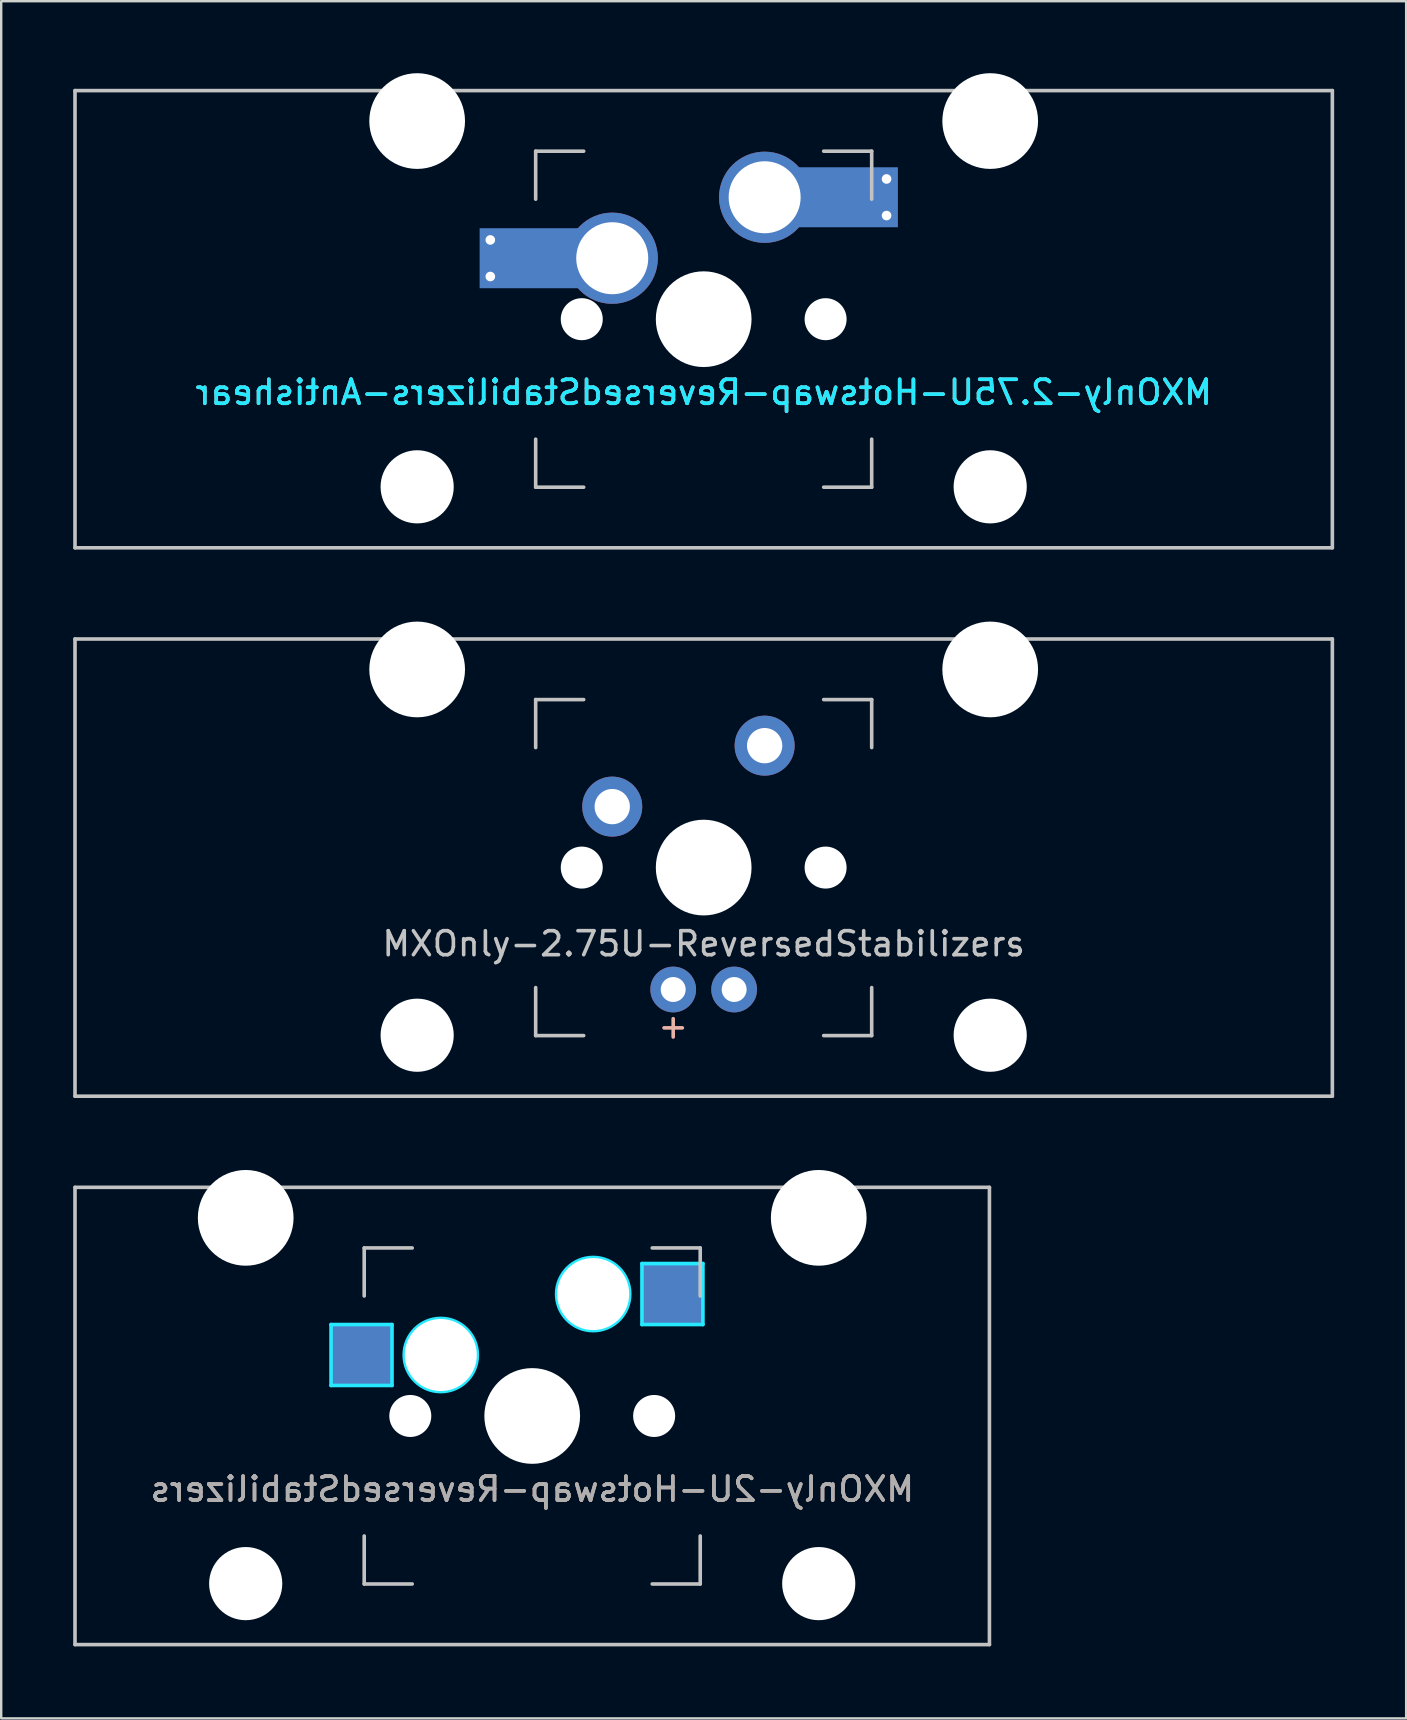
<source format=kicad_pcb>
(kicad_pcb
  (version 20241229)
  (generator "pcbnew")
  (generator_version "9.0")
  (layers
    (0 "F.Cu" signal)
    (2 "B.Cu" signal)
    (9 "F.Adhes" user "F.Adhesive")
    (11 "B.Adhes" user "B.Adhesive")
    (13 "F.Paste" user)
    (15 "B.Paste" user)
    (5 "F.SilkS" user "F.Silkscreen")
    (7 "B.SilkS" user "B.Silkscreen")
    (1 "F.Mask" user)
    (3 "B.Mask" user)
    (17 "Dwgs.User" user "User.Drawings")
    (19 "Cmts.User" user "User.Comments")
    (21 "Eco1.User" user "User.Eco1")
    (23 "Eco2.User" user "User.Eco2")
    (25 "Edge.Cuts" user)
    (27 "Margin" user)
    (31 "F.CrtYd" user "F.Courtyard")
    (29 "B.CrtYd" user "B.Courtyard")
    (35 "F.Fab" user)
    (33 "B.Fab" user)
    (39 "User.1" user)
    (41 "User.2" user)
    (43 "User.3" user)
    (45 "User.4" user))
  (footprint "MXOnly-2.75U-Hotswap-ReversedStabilizers-Antishear"
    (layer "F.Cu")
    (at 26.269 10.249)
    (property "Reference" "MXOnly-2.75U-Hotswap-ReversedStabilizers-Antishear" (at 0 3.048 0) (layer "B.CrtYd") (effects (font (size 1 1) (thickness 0.15)) (justify mirror)))
    (attr smd)
    (fp_line (start -26.194 -9.525) (end 26.194 -9.525) (stroke (width 0.15) (type solid)) (layer "Dwgs.User"))
    (fp_line (start -26.194 9.525) (end -26.194 -9.525) (stroke (width 0.15) (type solid)) (layer "Dwgs.User"))
    (fp_line (start -7 -7) (end -7 -5) (stroke (width 0.15) (type solid)) (layer "Dwgs.User"))
    (fp_line (start -7 5) (end -7 7) (stroke (width 0.15) (type solid)) (layer "Dwgs.User"))
    (fp_line (start -7 7) (end -5 7) (stroke (width 0.15) (type solid)) (layer "Dwgs.User"))
    (fp_line (start -5 -7) (end -7 -7) (stroke (width 0.15) (type solid)) (layer "Dwgs.User"))
    (fp_line (start 5 -7) (end 7 -7) (stroke (width 0.15) (type solid)) (layer "Dwgs.User"))
    (fp_line (start 5 7) (end 7 7) (stroke (width 0.15) (type solid)) (layer "Dwgs.User"))
    (fp_line (start 7 -7) (end 7 -5) (stroke (width 0.15) (type solid)) (layer "Dwgs.User"))
    (fp_line (start 7 7) (end 7 5) (stroke (width 0.15) (type solid)) (layer "Dwgs.User"))
    (fp_line (start 26.194 -9.525) (end 26.194 9.525) (stroke (width 0.15) (type solid)) (layer "Dwgs.User"))
    (fp_line (start 26.194 9.525) (end -26.194 9.525) (stroke (width 0.15) (type solid)) (layer "Dwgs.User"))
    (fp_text user "${REFERENCE}" (at 0 3.048 0) (layer "B.SilkS") (effects (font (size 1 1) (thickness 0.15)) (justify mirror)))
    (pad "" np_thru_hole circle (at -11.938 -8.255) (size 3.988 3.988) (drill 3.988) (layers "*.Cu" "*.Mask"))
    (pad "" np_thru_hole circle (at -11.938 6.985) (size 3.048 3.048) (drill 3.048) (layers "*.Cu" "*.Mask"))
    (pad "" smd rect (at -7.085 -2.54) (size 2.55 2.5) (layers "B.Mask" "B.Paste"))
    (pad "" np_thru_hole circle (at -5.08 0 48.1) (size 1.75 1.75) (drill 1.75) (layers "*.Cu" "*.Mask"))
    (pad "" np_thru_hole circle (at 0 0) (size 3.988 3.988) (drill 3.988) (layers "*.Cu" "*.Mask"))
    (pad "" np_thru_hole circle (at 5.08 0 48.1) (size 1.75 1.75) (drill 1.75) (layers "*.Cu" "*.Mask"))
    (pad "" smd rect (at 5.815 -5.08) (size 2.55 2.5) (layers "B.Mask" "B.Paste"))
    (pad "" np_thru_hole circle (at 11.938 -8.255) (size 3.988 3.988) (drill 3.988) (layers "*.Cu" "*.Mask"))
    (pad "" np_thru_hole circle (at 11.938 6.985) (size 3.048 3.048) (drill 3.048) (layers "*.Cu" "*.Mask"))
    (pad "1" thru_hole circle (at -8.89 -3.302) (size 0.8 0.8) (drill 0.4) (layers "*.Cu"))
    (pad "1" thru_hole circle (at -8.89 -1.778) (size 0.8 0.8) (drill 0.4) (layers "*.Cu"))
    (pad "1" smd rect (at -7.085 -2.54) (size 4.5 2.5) (layers "B.Cu"))
    (pad "1" thru_hole circle (at -3.81 -2.54) (size 3.8 3.8) (drill 3) (layers "*.Cu"))
    (pad "2" thru_hole circle (at 2.54 -5.08) (size 3.8 3.8) (drill 3) (layers "*.Cu"))
    (pad "2" smd rect (at 5.842 -5.08) (size 4.5 2.5) (layers "B.Cu"))
    (pad "2" thru_hole circle (at 7.62 -5.842) (size 0.8 0.8) (drill 0.4) (layers "*.Cu"))
    (pad "2" thru_hole circle (at 7.62 -4.318) (size 0.8 0.8) (drill 0.4) (layers "*.Cu")))
  (footprint "MXOnly-2U-Hotswap-ReversedStabilizers"
    (layer "F.Cu")
    (at 19.125 55.947)
    (property "Reference" "MXOnly-2U-Hotswap-ReversedStabilizers" (at 0 3.048 0) (layer "F.Fab") (effects (font (size 1 1) (thickness 0.15)) (justify mirror)))
    (attr smd)
    (fp_line (start -19.05 -9.525) (end 19.05 -9.525) (stroke (width 0.15) (type solid)) (layer "Dwgs.User"))
    (fp_line (start -19.05 9.525) (end -19.05 -9.525) (stroke (width 0.15) (type solid)) (layer "Dwgs.User"))
    (fp_line (start -7 -7) (end -7 -5) (stroke (width 0.15) (type solid)) (layer "Dwgs.User"))
    (fp_line (start -7 5) (end -7 7) (stroke (width 0.15) (type solid)) (layer "Dwgs.User"))
    (fp_line (start -7 7) (end -5 7) (stroke (width 0.15) (type solid)) (layer "Dwgs.User"))
    (fp_line (start -5 -7) (end -7 -7) (stroke (width 0.15) (type solid)) (layer "Dwgs.User"))
    (fp_line (start 5 -7) (end 7 -7) (stroke (width 0.15) (type solid)) (layer "Dwgs.User"))
    (fp_line (start 5 7) (end 7 7) (stroke (width 0.15) (type solid)) (layer "Dwgs.User"))
    (fp_line (start 7 -7) (end 7 -5) (stroke (width 0.15) (type solid)) (layer "Dwgs.User"))
    (fp_line (start 7 7) (end 7 5) (stroke (width 0.15) (type solid)) (layer "Dwgs.User"))
    (fp_line (start 19.05 -9.525) (end 19.05 9.525) (stroke (width 0.15) (type solid)) (layer "Dwgs.User"))
    (fp_line (start 19.05 9.525) (end -19.05 9.525) (stroke (width 0.15) (type solid)) (layer "Dwgs.User"))
    (fp_line (start -8.382 -3.81) (end -5.842 -3.81) (stroke (width 0.15) (type solid)) (layer "B.CrtYd"))
    (fp_line (start -8.382 -1.27) (end -8.382 -3.81) (stroke (width 0.15) (type solid)) (layer "B.CrtYd"))
    (fp_line (start -5.842 -3.81) (end -5.842 -1.27) (stroke (width 0.15) (type solid)) (layer "B.CrtYd"))
    (fp_line (start -5.842 -1.27) (end -8.382 -1.27) (stroke (width 0.15) (type solid)) (layer "B.CrtYd"))
    (fp_line (start 4.572 -6.35) (end 7.112 -6.35) (stroke (width 0.15) (type solid)) (layer "B.CrtYd"))
    (fp_line (start 4.572 -3.81) (end 4.572 -6.35) (stroke (width 0.15) (type solid)) (layer "B.CrtYd"))
    (fp_line (start 7.112 -6.35) (end 7.112 -3.81) (stroke (width 0.15) (type solid)) (layer "B.CrtYd"))
    (fp_line (start 7.112 -3.81) (end 4.572 -3.81) (stroke (width 0.15) (type solid)) (layer "B.CrtYd"))
    (fp_circle (center -3.81 -2.54) (end -3.81 -4.064) (stroke (width 0.15) (type solid)) (fill no) (layer "B.CrtYd"))
    (fp_circle (center 2.54 -5.08) (end 2.54 -6.604) (stroke (width 0.15) (type solid)) (fill no) (layer "B.CrtYd"))
    (fp_text user "${REFERENCE}" (at 0 3.048 0) (layer "B.SilkS") (effects (font (size 1 1) (thickness 0.15)) (justify mirror)))
    (pad "" np_thru_hole circle (at -11.938 -8.255) (size 3.988 3.988) (drill 3.988) (layers "*.Cu" "*.Mask"))
    (pad "" np_thru_hole circle (at -11.938 6.985) (size 3.048 3.048) (drill 3.048) (layers "*.Cu" "*.Mask"))
    (pad "" np_thru_hole circle (at -5.08 0 48.1) (size 1.75 1.75) (drill 1.75) (layers "*.Cu" "*.Mask"))
    (pad "" np_thru_hole circle (at -3.81 -2.54) (size 3 3) (drill 3) (layers "*.Cu" "*.Mask"))
    (pad "" np_thru_hole circle (at 0 0) (size 3.988 3.988) (drill 3.988) (layers "*.Cu" "*.Mask"))
    (pad "" np_thru_hole circle (at 2.54 -5.08) (size 3 3) (drill 3) (layers "*.Cu" "*.Mask"))
    (pad "" np_thru_hole circle (at 5.08 0 48.1) (size 1.75 1.75) (drill 1.75) (layers "*.Cu" "*.Mask"))
    (pad "" np_thru_hole circle (at 11.938 -8.255) (size 3.988 3.988) (drill 3.988) (layers "*.Cu" "*.Mask"))
    (pad "" np_thru_hole circle (at 11.938 6.985) (size 3.048 3.048) (drill 3.048) (layers "*.Cu" "*.Mask"))
    (pad "1" smd rect (at -7.085 -2.54) (size 2.55 2.5) (layers "B.Cu" "B.Mask" "B.Paste"))
    (pad "2" smd rect (at 5.842 -5.08) (size 2.55 2.5) (layers "B.Cu" "B.Mask" "B.Paste")))
  (footprint "MXOnly-2.75U-ReversedStabilizers"
    (layer "F.Cu")
    (at 26.269 33.098)
    (property "Reference" "MXOnly-2.75U-ReversedStabilizers" (at 0 3.175 0) (layer "Dwgs.User") (effects (font (size 1 1) (thickness 0.15))))
    (attr through_hole)
    (fp_line (start -26.194 -9.525) (end 26.194 -9.525) (stroke (width 0.15) (type solid)) (layer "Dwgs.User"))
    (fp_line (start -26.194 9.525) (end -26.194 -9.525) (stroke (width 0.15) (type solid)) (layer "Dwgs.User"))
    (fp_line (start -26.194 9.525) (end 26.194 9.525) (stroke (width 0.15) (type solid)) (layer "Dwgs.User"))
    (fp_line (start -7 -7) (end -7 -5) (stroke (width 0.15) (type solid)) (layer "Dwgs.User"))
    (fp_line (start -7 5) (end -7 7) (stroke (width 0.15) (type solid)) (layer "Dwgs.User"))
    (fp_line (start -7 7) (end -5 7) (stroke (width 0.15) (type solid)) (layer "Dwgs.User"))
    (fp_line (start -5 -7) (end -7 -7) (stroke (width 0.15) (type solid)) (layer "Dwgs.User"))
    (fp_line (start 5 -7) (end 7 -7) (stroke (width 0.15) (type solid)) (layer "Dwgs.User"))
    (fp_line (start 5 7) (end 7 7) (stroke (width 0.15) (type solid)) (layer "Dwgs.User"))
    (fp_line (start 7 -7) (end 7 -5) (stroke (width 0.15) (type solid)) (layer "Dwgs.User"))
    (fp_line (start 7 7) (end 7 5) (stroke (width 0.15) (type solid)) (layer "Dwgs.User"))
    (fp_line (start 26.194 -9.525) (end 26.194 9.525) (stroke (width 0.15) (type solid)) (layer "Dwgs.User"))
    (fp_text user "+" (at -1.27 6.604 0) (layer "B.SilkS") (effects (font (size 1 1) (thickness 0.15))))
    (pad "" np_thru_hole circle (at -11.938 -8.255) (size 3.988 3.988) (drill 3.988) (layers "*.Cu" "*.Mask"))
    (pad "" np_thru_hole circle (at -11.938 6.985) (size 3.048 3.048) (drill 3.048) (layers "*.Cu" "*.Mask"))
    (pad "" np_thru_hole circle (at -5.08 0 48.1) (size 1.75 1.75) (drill 1.75) (layers "*.Cu" "*.Mask"))
    (pad "" np_thru_hole circle (at 0 0) (size 3.988 3.988) (drill 3.988) (layers "*.Cu" "*.Mask"))
    (pad "" np_thru_hole circle (at 5.08 0 48.1) (size 1.75 1.75) (drill 1.75) (layers "*.Cu" "*.Mask"))
    (pad "" np_thru_hole circle (at 11.938 -8.255) (size 3.988 3.988) (drill 3.988) (layers "*.Cu" "*.Mask"))
    (pad "" np_thru_hole circle (at 11.938 6.985) (size 3.048 3.048) (drill 3.048) (layers "*.Cu" "*.Mask"))
    (pad "1" thru_hole circle (at -3.81 -2.54) (size 2.5 2.5) (drill 1.47) (layers "*.Cu" "*.Mask"))
    (pad "2" thru_hole circle (at 2.54 -5.08) (size 2.5 2.5) (drill 1.47) (layers "*.Cu" "*.Mask"))
    (pad "3" thru_hole circle (at -1.27 5.08) (size 1.905 1.905) (drill 1.04) (layers "*.Cu" "*.Mask"))
    (pad "4" thru_hole circle (at 1.27 5.08) (size 1.905 1.905) (drill 1.04) (layers "*.Cu" "*.Mask")))
  (gr_rect
    (start -3 -3)
    (end 55.538 68.547)
    (stroke (width 0.1) (type default))
    (fill no)
    (layer "Edge.Cuts")))
</source>
